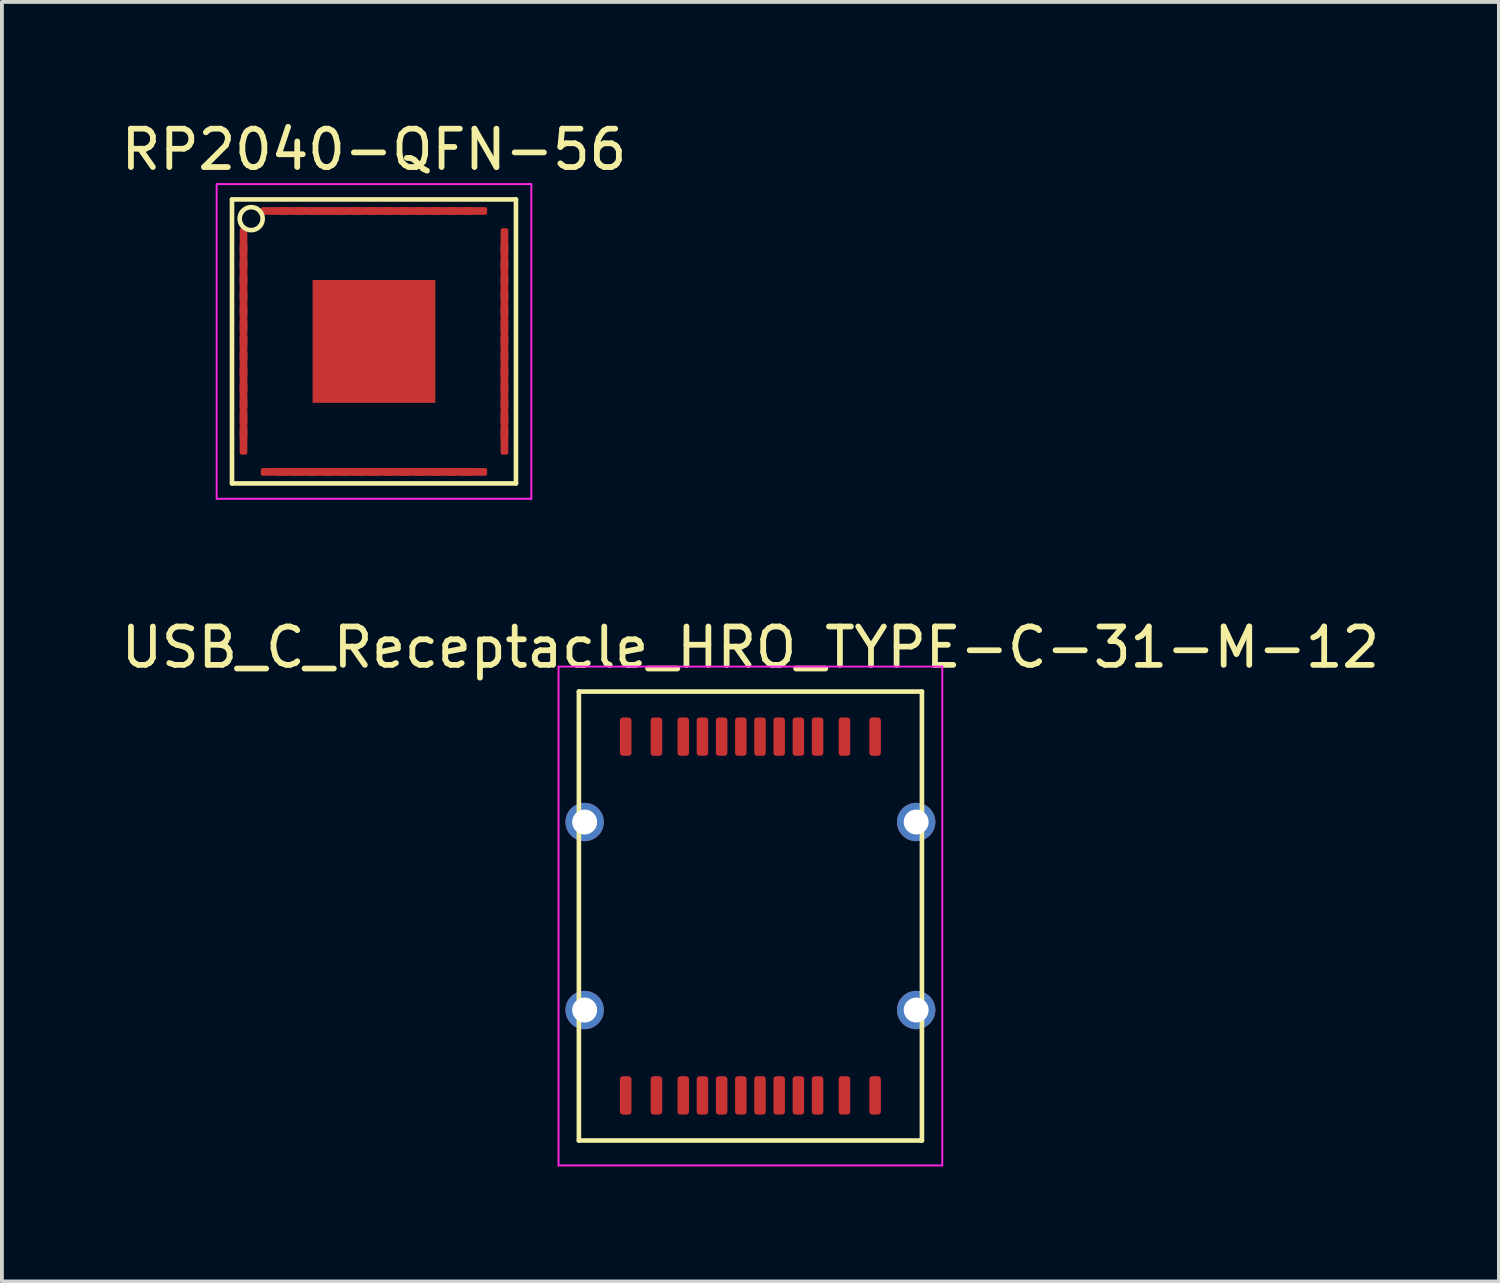
<source format=kicad_pcb>
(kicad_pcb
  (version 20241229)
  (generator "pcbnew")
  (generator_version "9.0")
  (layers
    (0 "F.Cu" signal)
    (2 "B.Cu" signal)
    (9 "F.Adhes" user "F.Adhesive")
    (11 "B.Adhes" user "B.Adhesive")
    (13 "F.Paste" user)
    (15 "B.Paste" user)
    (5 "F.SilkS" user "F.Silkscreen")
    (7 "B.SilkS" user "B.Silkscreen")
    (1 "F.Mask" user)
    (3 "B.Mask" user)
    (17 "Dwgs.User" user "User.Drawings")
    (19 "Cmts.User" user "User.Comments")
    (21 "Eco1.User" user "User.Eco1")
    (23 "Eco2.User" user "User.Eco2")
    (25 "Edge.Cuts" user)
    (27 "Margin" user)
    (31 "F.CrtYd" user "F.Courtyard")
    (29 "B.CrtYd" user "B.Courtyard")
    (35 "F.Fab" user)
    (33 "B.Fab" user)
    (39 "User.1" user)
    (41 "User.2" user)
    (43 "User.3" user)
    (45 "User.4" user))
  (footprint "USB_C_Receptacle_HRO_TYPE-C-31-M-12"
    (layer "F.Cu")
    (at 16.506 20.822)
    (property "Reference" "USB_C_Receptacle_HRO_TYPE-C-31-M-12" (at 0 -7 0) (layer "F.SilkS") (effects (font (size 1 1) (thickness 0.15))))
    (attr smd)
    (fp_line (start -4.47 -5.85) (end -4.47 5.85) (stroke (width 0.12) (type solid)) (layer "F.SilkS"))
    (fp_line (start -4.47 -5.85) (end 4.47 -5.85) (stroke (width 0.12) (type solid)) (layer "F.SilkS"))
    (fp_line (start -4.47 5.85) (end 4.47 5.85) (stroke (width 0.12) (type solid)) (layer "F.SilkS"))
    (fp_line (start 4.47 -5.85) (end 4.47 5.85) (stroke (width 0.12) (type solid)) (layer "F.SilkS"))
    (fp_line (start -5 -6.5) (end -5 6.5) (stroke (width 0.05) (type solid)) (layer "F.CrtYd"))
    (fp_line (start -5 -6.5) (end 5 -6.5) (stroke (width 0.05) (type solid)) (layer "F.CrtYd"))
    (fp_line (start -5 6.5) (end 5 6.5) (stroke (width 0.05) (type solid)) (layer "F.CrtYd"))
    (fp_line (start 5 -6.5) (end 5 6.5) (stroke (width 0.05) (type solid)) (layer "F.CrtYd"))
    (pad "A1" smd roundrect (at -3.25 -4.675) (size 0.3 1) (layers "F.Cu" "F.Mask" "F.Paste") (roundrect_rratio 0.25))
    (pad "A2" smd roundrect (at -2.45 -4.675) (size 0.3 1) (layers "F.Cu" "F.Mask" "F.Paste") (roundrect_rratio 0.25))
    (pad "A3" smd roundrect (at -1.75 -4.675) (size 0.3 1) (layers "F.Cu" "F.Mask" "F.Paste") (roundrect_rratio 0.25))
    (pad "A4" smd roundrect (at -1.25 -4.675) (size 0.3 1) (layers "F.Cu" "F.Mask" "F.Paste") (roundrect_rratio 0.25))
    (pad "A5" smd roundrect (at -0.75 -4.675) (size 0.3 1) (layers "F.Cu" "F.Mask" "F.Paste") (roundrect_rratio 0.25))
    (pad "A6" smd roundrect (at -0.25 -4.675) (size 0.3 1) (layers "F.Cu" "F.Mask" "F.Paste") (roundrect_rratio 0.25))
    (pad "A7" smd roundrect (at 0.25 -4.675) (size 0.3 1) (layers "F.Cu" "F.Mask" "F.Paste") (roundrect_rratio 0.25))
    (pad "A8" smd roundrect (at 0.75 -4.675) (size 0.3 1) (layers "F.Cu" "F.Mask" "F.Paste") (roundrect_rratio 0.25))
    (pad "A9" smd roundrect (at 1.25 -4.675) (size 0.3 1) (layers "F.Cu" "F.Mask" "F.Paste") (roundrect_rratio 0.25))
    (pad "A10" smd roundrect (at 1.75 -4.675) (size 0.3 1) (layers "F.Cu" "F.Mask" "F.Paste") (roundrect_rratio 0.25))
    (pad "A11" smd roundrect (at 2.45 -4.675) (size 0.3 1) (layers "F.Cu" "F.Mask" "F.Paste") (roundrect_rratio 0.25))
    (pad "A12" smd roundrect (at 3.25 -4.675) (size 0.3 1) (layers "F.Cu" "F.Mask" "F.Paste") (roundrect_rratio 0.25))
    (pad "B1" smd roundrect (at 3.25 4.675) (size 0.3 1) (layers "F.Cu" "F.Mask" "F.Paste") (roundrect_rratio 0.25))
    (pad "B2" smd roundrect (at 2.45 4.675) (size 0.3 1) (layers "F.Cu" "F.Mask" "F.Paste") (roundrect_rratio 0.25))
    (pad "B3" smd roundrect (at 1.75 4.675) (size 0.3 1) (layers "F.Cu" "F.Mask" "F.Paste") (roundrect_rratio 0.25))
    (pad "B4" smd roundrect (at 1.25 4.675) (size 0.3 1) (layers "F.Cu" "F.Mask" "F.Paste") (roundrect_rratio 0.25))
    (pad "B5" smd roundrect (at 0.75 4.675) (size 0.3 1) (layers "F.Cu" "F.Mask" "F.Paste") (roundrect_rratio 0.25))
    (pad "B6" smd roundrect (at 0.25 4.675) (size 0.3 1) (layers "F.Cu" "F.Mask" "F.Paste") (roundrect_rratio 0.25))
    (pad "B7" smd roundrect (at -0.25 4.675) (size 0.3 1) (layers "F.Cu" "F.Mask" "F.Paste") (roundrect_rratio 0.25))
    (pad "B8" smd roundrect (at -0.75 4.675) (size 0.3 1) (layers "F.Cu" "F.Mask" "F.Paste") (roundrect_rratio 0.25))
    (pad "B9" smd roundrect (at -1.25 4.675) (size 0.3 1) (layers "F.Cu" "F.Mask" "F.Paste") (roundrect_rratio 0.25))
    (pad "B10" smd roundrect (at -1.75 4.675) (size 0.3 1) (layers "F.Cu" "F.Mask" "F.Paste") (roundrect_rratio 0.25))
    (pad "B11" smd roundrect (at -2.45 4.675) (size 0.3 1) (layers "F.Cu" "F.Mask" "F.Paste") (roundrect_rratio 0.25))
    (pad "B12" smd roundrect (at -3.25 4.675) (size 0.3 1) (layers "F.Cu" "F.Mask" "F.Paste") (roundrect_rratio 0.25))
    (pad "S1" thru_hole circle (at -4.32 -2.45) (size 1 1) (drill 0.65) (layers "*.Cu" "*.Mask"))
    (pad "S2" thru_hole circle (at 4.32 -2.45) (size 1 1) (drill 0.65) (layers "*.Cu" "*.Mask"))
    (pad "S3" thru_hole circle (at -4.32 2.45) (size 1 1) (drill 0.65) (layers "*.Cu" "*.Mask"))
    (pad "S4" thru_hole circle (at 4.32 2.45) (size 1 1) (drill 0.65) (layers "*.Cu" "*.Mask")))
  (footprint "RP2040-QFN-56"
    (layer "F.Cu")
    (at 6.696 5.848)
    (property "Reference" "RP2040-QFN-56" (at 0 -5 0) (layer "F.SilkS") (effects (font (size 1 1) (thickness 0.15))))
    (attr smd)
    (fp_line (start -3.7 -3.7) (end -3.7 3.7) (stroke (width 0.12) (type solid)) (layer "F.SilkS"))
    (fp_line (start -3.7 -3.7) (end 3.7 -3.7) (stroke (width 0.12) (type solid)) (layer "F.SilkS"))
    (fp_line (start -3.7 3.7) (end 3.7 3.7) (stroke (width 0.12) (type solid)) (layer "F.SilkS"))
    (fp_line (start 3.7 -3.7) (end 3.7 3.7) (stroke (width 0.12) (type solid)) (layer "F.SilkS"))
    (fp_circle (center -3.2 -3.2) (end -2.9 -3.2) (stroke (width 0.12) (type solid)) (fill no) (layer "F.SilkS"))
    (fp_line (start -4.1 -4.1) (end -4.1 4.1) (stroke (width 0.05) (type solid)) (layer "F.CrtYd"))
    (fp_line (start -4.1 -4.1) (end 4.1 -4.1) (stroke (width 0.05) (type solid)) (layer "F.CrtYd"))
    (fp_line (start -4.1 4.1) (end 4.1 4.1) (stroke (width 0.05) (type solid)) (layer "F.CrtYd"))
    (fp_line (start 4.1 -4.1) (end 4.1 4.1) (stroke (width 0.05) (type solid)) (layer "F.CrtYd"))
    (pad "1" smd roundrect (at -3.4 -2.6) (size 0.2 0.7) (layers "F.Cu" "F.Mask" "F.Paste") (roundrect_rratio 0.25))
    (pad "2" smd roundrect (at -3.4 -2.2) (size 0.2 0.7) (layers "F.Cu" "F.Mask" "F.Paste") (roundrect_rratio 0.25))
    (pad "3" smd roundrect (at -3.4 -1.8) (size 0.2 0.7) (layers "F.Cu" "F.Mask" "F.Paste") (roundrect_rratio 0.25))
    (pad "4" smd roundrect (at -3.4 -1.4) (size 0.2 0.7) (layers "F.Cu" "F.Mask" "F.Paste") (roundrect_rratio 0.25))
    (pad "5" smd roundrect (at -3.4 -1) (size 0.2 0.7) (layers "F.Cu" "F.Mask" "F.Paste") (roundrect_rratio 0.25))
    (pad "6" smd roundrect (at -3.4 -0.6) (size 0.2 0.7) (layers "F.Cu" "F.Mask" "F.Paste") (roundrect_rratio 0.25))
    (pad "7" smd roundrect (at -3.4 -0.2) (size 0.2 0.7) (layers "F.Cu" "F.Mask" "F.Paste") (roundrect_rratio 0.25))
    (pad "8" smd roundrect (at -3.4 0.2) (size 0.2 0.7) (layers "F.Cu" "F.Mask" "F.Paste") (roundrect_rratio 0.25))
    (pad "9" smd roundrect (at -3.4 0.6) (size 0.2 0.7) (layers "F.Cu" "F.Mask" "F.Paste") (roundrect_rratio 0.25))
    (pad "10" smd roundrect (at -3.4 1) (size 0.2 0.7) (layers "F.Cu" "F.Mask" "F.Paste") (roundrect_rratio 0.25))
    (pad "11" smd roundrect (at -3.4 1.4) (size 0.2 0.7) (layers "F.Cu" "F.Mask" "F.Paste") (roundrect_rratio 0.25))
    (pad "12" smd roundrect (at -3.4 1.8) (size 0.2 0.7) (layers "F.Cu" "F.Mask" "F.Paste") (roundrect_rratio 0.25))
    (pad "13" smd roundrect (at -3.4 2.2) (size 0.2 0.7) (layers "F.Cu" "F.Mask" "F.Paste") (roundrect_rratio 0.25))
    (pad "14" smd roundrect (at -3.4 2.6) (size 0.2 0.7) (layers "F.Cu" "F.Mask" "F.Paste") (roundrect_rratio 0.25))
    (pad "15" smd roundrect (at -2.6 3.4 90) (size 0.2 0.7) (layers "F.Cu" "F.Mask" "F.Paste") (roundrect_rratio 0.25))
    (pad "16" smd roundrect (at -2.2 3.4 90) (size 0.2 0.7) (layers "F.Cu" "F.Mask" "F.Paste") (roundrect_rratio 0.25))
    (pad "17" smd roundrect (at -1.8 3.4 90) (size 0.2 0.7) (layers "F.Cu" "F.Mask" "F.Paste") (roundrect_rratio 0.25))
    (pad "18" smd roundrect (at -1.4 3.4 90) (size 0.2 0.7) (layers "F.Cu" "F.Mask" "F.Paste") (roundrect_rratio 0.25))
    (pad "19" smd roundrect (at -1 3.4 90) (size 0.2 0.7) (layers "F.Cu" "F.Mask" "F.Paste") (roundrect_rratio 0.25))
    (pad "20" smd roundrect (at -0.6 3.4 90) (size 0.2 0.7) (layers "F.Cu" "F.Mask" "F.Paste") (roundrect_rratio 0.25))
    (pad "21" smd roundrect (at -0.2 3.4 90) (size 0.2 0.7) (layers "F.Cu" "F.Mask" "F.Paste") (roundrect_rratio 0.25))
    (pad "22" smd roundrect (at 0.2 3.4 90) (size 0.2 0.7) (layers "F.Cu" "F.Mask" "F.Paste") (roundrect_rratio 0.25))
    (pad "23" smd roundrect (at 0.6 3.4 90) (size 0.2 0.7) (layers "F.Cu" "F.Mask" "F.Paste") (roundrect_rratio 0.25))
    (pad "24" smd roundrect (at 1 3.4 90) (size 0.2 0.7) (layers "F.Cu" "F.Mask" "F.Paste") (roundrect_rratio 0.25))
    (pad "25" smd roundrect (at 1.4 3.4 90) (size 0.2 0.7) (layers "F.Cu" "F.Mask" "F.Paste") (roundrect_rratio 0.25))
    (pad "26" smd roundrect (at 1.8 3.4 90) (size 0.2 0.7) (layers "F.Cu" "F.Mask" "F.Paste") (roundrect_rratio 0.25))
    (pad "27" smd roundrect (at 2.2 3.4 90) (size 0.2 0.7) (layers "F.Cu" "F.Mask" "F.Paste") (roundrect_rratio 0.25))
    (pad "28" smd roundrect (at 2.6 3.4 90) (size 0.2 0.7) (layers "F.Cu" "F.Mask" "F.Paste") (roundrect_rratio 0.25))
    (pad "29" smd roundrect (at 3.4 2.6) (size 0.2 0.7) (layers "F.Cu" "F.Mask" "F.Paste") (roundrect_rratio 0.25))
    (pad "30" smd roundrect (at 3.4 2.2) (size 0.2 0.7) (layers "F.Cu" "F.Mask" "F.Paste") (roundrect_rratio 0.25))
    (pad "31" smd roundrect (at 3.4 1.8) (size 0.2 0.7) (layers "F.Cu" "F.Mask" "F.Paste") (roundrect_rratio 0.25))
    (pad "32" smd roundrect (at 3.4 1.4) (size 0.2 0.7) (layers "F.Cu" "F.Mask" "F.Paste") (roundrect_rratio 0.25))
    (pad "33" smd roundrect (at 3.4 1) (size 0.2 0.7) (layers "F.Cu" "F.Mask" "F.Paste") (roundrect_rratio 0.25))
    (pad "34" smd roundrect (at 3.4 0.6) (size 0.2 0.7) (layers "F.Cu" "F.Mask" "F.Paste") (roundrect_rratio 0.25))
    (pad "35" smd roundrect (at 3.4 0.2) (size 0.2 0.7) (layers "F.Cu" "F.Mask" "F.Paste") (roundrect_rratio 0.25))
    (pad "36" smd roundrect (at 3.4 -0.2) (size 0.2 0.7) (layers "F.Cu" "F.Mask" "F.Paste") (roundrect_rratio 0.25))
    (pad "37" smd roundrect (at 3.4 -0.6) (size 0.2 0.7) (layers "F.Cu" "F.Mask" "F.Paste") (roundrect_rratio 0.25))
    (pad "38" smd roundrect (at 3.4 -1) (size 0.2 0.7) (layers "F.Cu" "F.Mask" "F.Paste") (roundrect_rratio 0.25))
    (pad "39" smd roundrect (at 3.4 -1.4) (size 0.2 0.7) (layers "F.Cu" "F.Mask" "F.Paste") (roundrect_rratio 0.25))
    (pad "40" smd roundrect (at 3.4 -1.8) (size 0.2 0.7) (layers "F.Cu" "F.Mask" "F.Paste") (roundrect_rratio 0.25))
    (pad "41" smd roundrect (at 3.4 -2.2) (size 0.2 0.7) (layers "F.Cu" "F.Mask" "F.Paste") (roundrect_rratio 0.25))
    (pad "42" smd roundrect (at 3.4 -2.6) (size 0.2 0.7) (layers "F.Cu" "F.Mask" "F.Paste") (roundrect_rratio 0.25))
    (pad "43" smd roundrect (at 2.6 -3.4 90) (size 0.2 0.7) (layers "F.Cu" "F.Mask" "F.Paste") (roundrect_rratio 0.25))
    (pad "44" smd roundrect (at 2.2 -3.4 90) (size 0.2 0.7) (layers "F.Cu" "F.Mask" "F.Paste") (roundrect_rratio 0.25))
    (pad "45" smd roundrect (at 1.8 -3.4 90) (size 0.2 0.7) (layers "F.Cu" "F.Mask" "F.Paste") (roundrect_rratio 0.25))
    (pad "46" smd roundrect (at 1.4 -3.4 90) (size 0.2 0.7) (layers "F.Cu" "F.Mask" "F.Paste") (roundrect_rratio 0.25))
    (pad "47" smd roundrect (at 1 -3.4 90) (size 0.2 0.7) (layers "F.Cu" "F.Mask" "F.Paste") (roundrect_rratio 0.25))
    (pad "48" smd roundrect (at 0.6 -3.4 90) (size 0.2 0.7) (layers "F.Cu" "F.Mask" "F.Paste") (roundrect_rratio 0.25))
    (pad "49" smd roundrect (at 0.2 -3.4 90) (size 0.2 0.7) (layers "F.Cu" "F.Mask" "F.Paste") (roundrect_rratio 0.25))
    (pad "50" smd roundrect (at -0.2 -3.4 90) (size 0.2 0.7) (layers "F.Cu" "F.Mask" "F.Paste") (roundrect_rratio 0.25))
    (pad "51" smd roundrect (at -0.6 -3.4 90) (size 0.2 0.7) (layers "F.Cu" "F.Mask" "F.Paste") (roundrect_rratio 0.25))
    (pad "52" smd roundrect (at -1 -3.4 90) (size 0.2 0.7) (layers "F.Cu" "F.Mask" "F.Paste") (roundrect_rratio 0.25))
    (pad "53" smd roundrect (at -1.4 -3.4 90) (size 0.2 0.7) (layers "F.Cu" "F.Mask" "F.Paste") (roundrect_rratio 0.25))
    (pad "54" smd roundrect (at -1.8 -3.4 90) (size 0.2 0.7) (layers "F.Cu" "F.Mask" "F.Paste") (roundrect_rratio 0.25))
    (pad "55" smd roundrect (at -2.2 -3.4 90) (size 0.2 0.7) (layers "F.Cu" "F.Mask" "F.Paste") (roundrect_rratio 0.25))
    (pad "56" smd roundrect (at -2.6 -3.4 90) (size 0.2 0.7) (layers "F.Cu" "F.Mask" "F.Paste") (roundrect_rratio 0.25))
    (pad "57" smd rect (at 0 0) (size 3.2 3.2) (layers "F.Cu" "F.Mask" "F.Paste")))
  (gr_rect
    (start -3 -3)
    (end 36.012 30.346)
    (stroke (width 0.1) (type default))
    (fill no)
    (layer "Edge.Cuts")))
</source>
